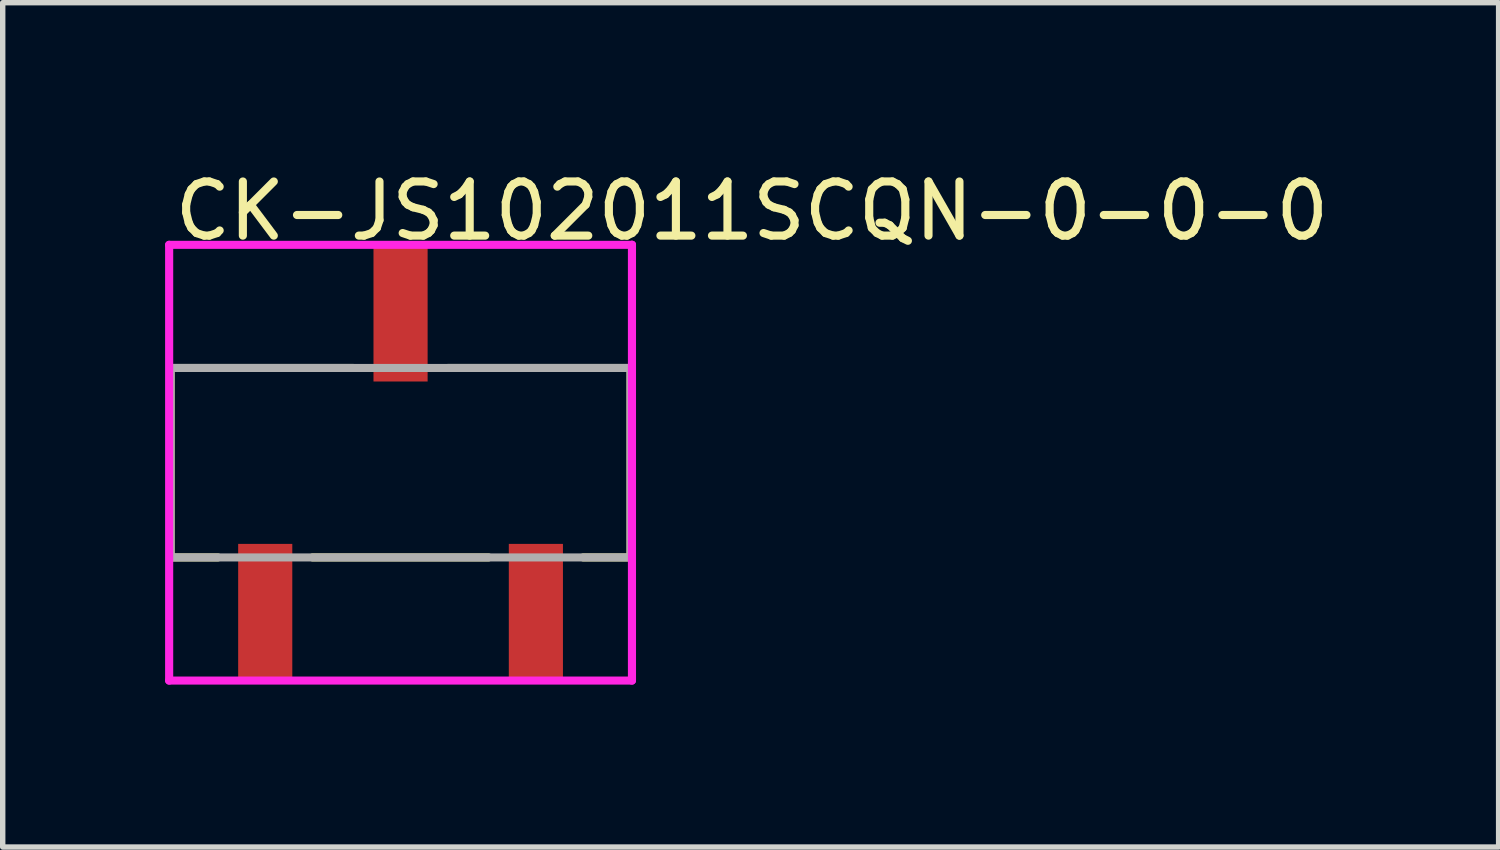
<source format=kicad_pcb>
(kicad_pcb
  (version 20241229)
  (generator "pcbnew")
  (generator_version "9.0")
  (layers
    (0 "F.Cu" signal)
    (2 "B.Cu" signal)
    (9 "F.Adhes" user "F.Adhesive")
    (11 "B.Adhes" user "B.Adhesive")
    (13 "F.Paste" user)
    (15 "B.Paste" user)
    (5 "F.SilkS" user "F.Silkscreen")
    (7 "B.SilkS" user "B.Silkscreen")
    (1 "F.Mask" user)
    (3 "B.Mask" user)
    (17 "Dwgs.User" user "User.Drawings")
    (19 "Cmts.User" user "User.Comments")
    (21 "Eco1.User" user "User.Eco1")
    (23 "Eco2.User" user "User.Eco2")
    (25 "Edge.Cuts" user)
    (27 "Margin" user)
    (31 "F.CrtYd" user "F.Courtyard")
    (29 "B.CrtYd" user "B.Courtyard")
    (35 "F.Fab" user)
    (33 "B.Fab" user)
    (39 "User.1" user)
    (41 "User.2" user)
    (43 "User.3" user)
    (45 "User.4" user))
  (footprint "CK-JS102011SCQN-0-0-0"
    (layer "F.Cu")
    (at 4.35 5.498)
    (property "Reference" "CK-JS102011SCQN-0-0-0" (at -4.25 -4.65 0) (layer "F.SilkS") (effects (font (size 1 1) (thickness 0.15)) (justify left)))
    (attr through_hole)
    (fp_line (start -4.25 -1.75) (end -0.875 -1.75) (stroke (width 0.15) (type solid)) (layer "F.SilkS"))
    (fp_line (start -4.25 1.75) (end -4.25 -1.75) (stroke (width 0.15) (type solid)) (layer "F.SilkS"))
    (fp_line (start -4.25 1.75) (end -3.375 1.75) (stroke (width 0.15) (type solid)) (layer "F.SilkS"))
    (fp_line (start -1.625 1.75) (end 1.625 1.75) (stroke (width 0.15) (type solid)) (layer "F.SilkS"))
    (fp_line (start 0.875 -1.75) (end 4.25 -1.75) (stroke (width 0.15) (type solid)) (layer "F.SilkS"))
    (fp_line (start 3.375 1.75) (end 4.25 1.75) (stroke (width 0.15) (type solid)) (layer "F.SilkS"))
    (fp_line (start 4.25 1.75) (end 4.25 -1.75) (stroke (width 0.15) (type solid)) (layer "F.SilkS"))
    (fp_line (start -4.275 -4.025) (end -4.275 4.025) (stroke (width 0.15) (type solid)) (layer "F.CrtYd"))
    (fp_line (start -4.275 4.025) (end 4.275 4.025) (stroke (width 0.15) (type solid)) (layer "F.CrtYd"))
    (fp_line (start 4.275 -4.025) (end -4.275 -4.025) (stroke (width 0.15) (type solid)) (layer "F.CrtYd"))
    (fp_line (start 4.275 -4.025) (end 4.275 -4.025) (stroke (width 0.15) (type solid)) (layer "F.CrtYd"))
    (fp_line (start 4.275 4.025) (end 4.275 -4.025) (stroke (width 0.15) (type solid)) (layer "F.CrtYd"))
    (fp_line (start -4.25 -1.75) (end 4.25 -1.75) (stroke (width 0.15) (type solid)) (layer "F.Fab"))
    (fp_line (start -4.25 1.75) (end -4.25 -1.75) (stroke (width 0.15) (type solid)) (layer "F.Fab"))
    (fp_line (start 4.25 -1.75) (end 4.25 1.75) (stroke (width 0.15) (type solid)) (layer "F.Fab"))
    (fp_line (start 4.25 1.75) (end -4.25 1.75) (stroke (width 0.15) (type solid)) (layer "F.Fab"))
    (pad "1" smd rect (at -2.5 2.75) (size 1 2.5) (layers "F.Cu" "F.Mask" "F.Paste"))
    (pad "2" smd rect (at 0 -2.75) (size 1 2.5) (layers "F.Cu" "F.Mask" "F.Paste"))
    (pad "3" smd rect (at 2.5 2.75) (size 1 2.5) (layers "F.Cu" "F.Mask" "F.Paste")))
  (gr_rect
    (start -3 -3)
    (end 24.636 12.598)
    (stroke (width 0.1) (type default))
    (fill no)
    (layer "Edge.Cuts")))
</source>
